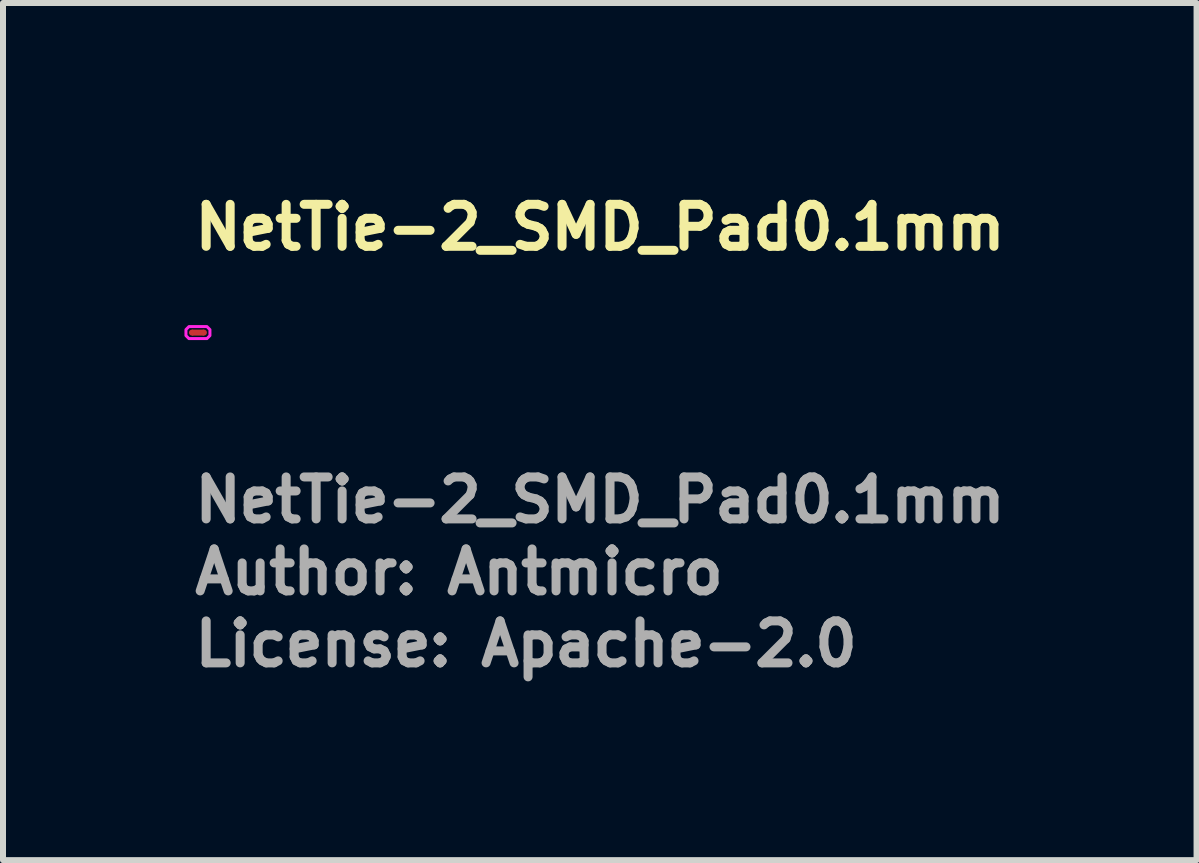
<source format=kicad_pcb>
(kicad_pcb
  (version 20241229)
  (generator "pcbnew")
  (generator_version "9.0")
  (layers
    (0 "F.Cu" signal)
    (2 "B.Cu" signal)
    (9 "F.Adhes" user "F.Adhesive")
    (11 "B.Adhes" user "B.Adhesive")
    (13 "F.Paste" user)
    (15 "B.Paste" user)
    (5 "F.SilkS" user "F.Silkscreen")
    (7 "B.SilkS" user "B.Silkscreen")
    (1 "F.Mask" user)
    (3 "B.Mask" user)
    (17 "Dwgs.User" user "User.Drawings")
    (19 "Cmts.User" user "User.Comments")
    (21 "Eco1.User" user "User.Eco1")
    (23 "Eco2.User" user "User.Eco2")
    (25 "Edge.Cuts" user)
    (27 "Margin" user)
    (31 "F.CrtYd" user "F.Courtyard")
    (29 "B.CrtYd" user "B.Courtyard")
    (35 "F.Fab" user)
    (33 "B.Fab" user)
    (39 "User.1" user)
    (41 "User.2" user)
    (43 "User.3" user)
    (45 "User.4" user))
  (footprint "NetTie-2_SMD_Pad0.1mm"
    (layer "F.Cu")
    (at 0.25 2.495)
    (property "Reference" "NetTie-2_SMD_Pad0.1mm" (at -0.128 -1.345 0) (layer "F.SilkS") (effects (font (size 0.7 0.7) (thickness 0.15)) (justify left bottom)))
    (attr through_hole exclude_from_pos_files exclude_from_bom)
    (fp_poly (pts (xy -0.1 -0.05) (xy 0.1 -0.05) (xy 0.1 0.05) (xy -0.1 0.05)) (stroke (width 0) (type solid)) (fill yes) (layer "F.Cu"))
    (fp_poly (pts (xy 0.15 -0.1) (xy 0.2 -0.05) (xy 0.2 0.05) (xy 0.15 0.1) (xy -0.15 0.1) (xy -0.2 0.05) (xy -0.2 -0.05) (xy -0.15 -0.1)) (stroke (width 0.05) (type solid)) (fill no) (layer "F.CrtYd"))
    (fp_text user "${REFERENCE}" (at -0.128 3.2 0) (layer "F.Fab") (effects (font (size 0.7 0.7) (thickness 0.15)) (justify left bottom)))
    (fp_text user "License: Apache-2.0" (at -0.128 5.6 0) (layer "F.Fab") (effects (font (size 0.7 0.7) (thickness 0.15)) (justify left bottom)))
    (fp_text user "Author: Antmicro" (at -0.128 4.4 0) (layer "F.Fab") (effects (font (size 0.7 0.7) (thickness 0.15)) (justify left bottom)))
    (pad "1" smd circle (at -0.1 0) (size 0.1 0.1) (layers "F.Cu"))
    (pad "2" smd circle (at 0.1 0) (size 0.1 0.1) (layers "F.Cu")))
  (gr_rect
    (start -3 -3)
    (end 16.899 11.29)
    (stroke (width 0.1) (type default))
    (fill no)
    (layer "Edge.Cuts")))
</source>
